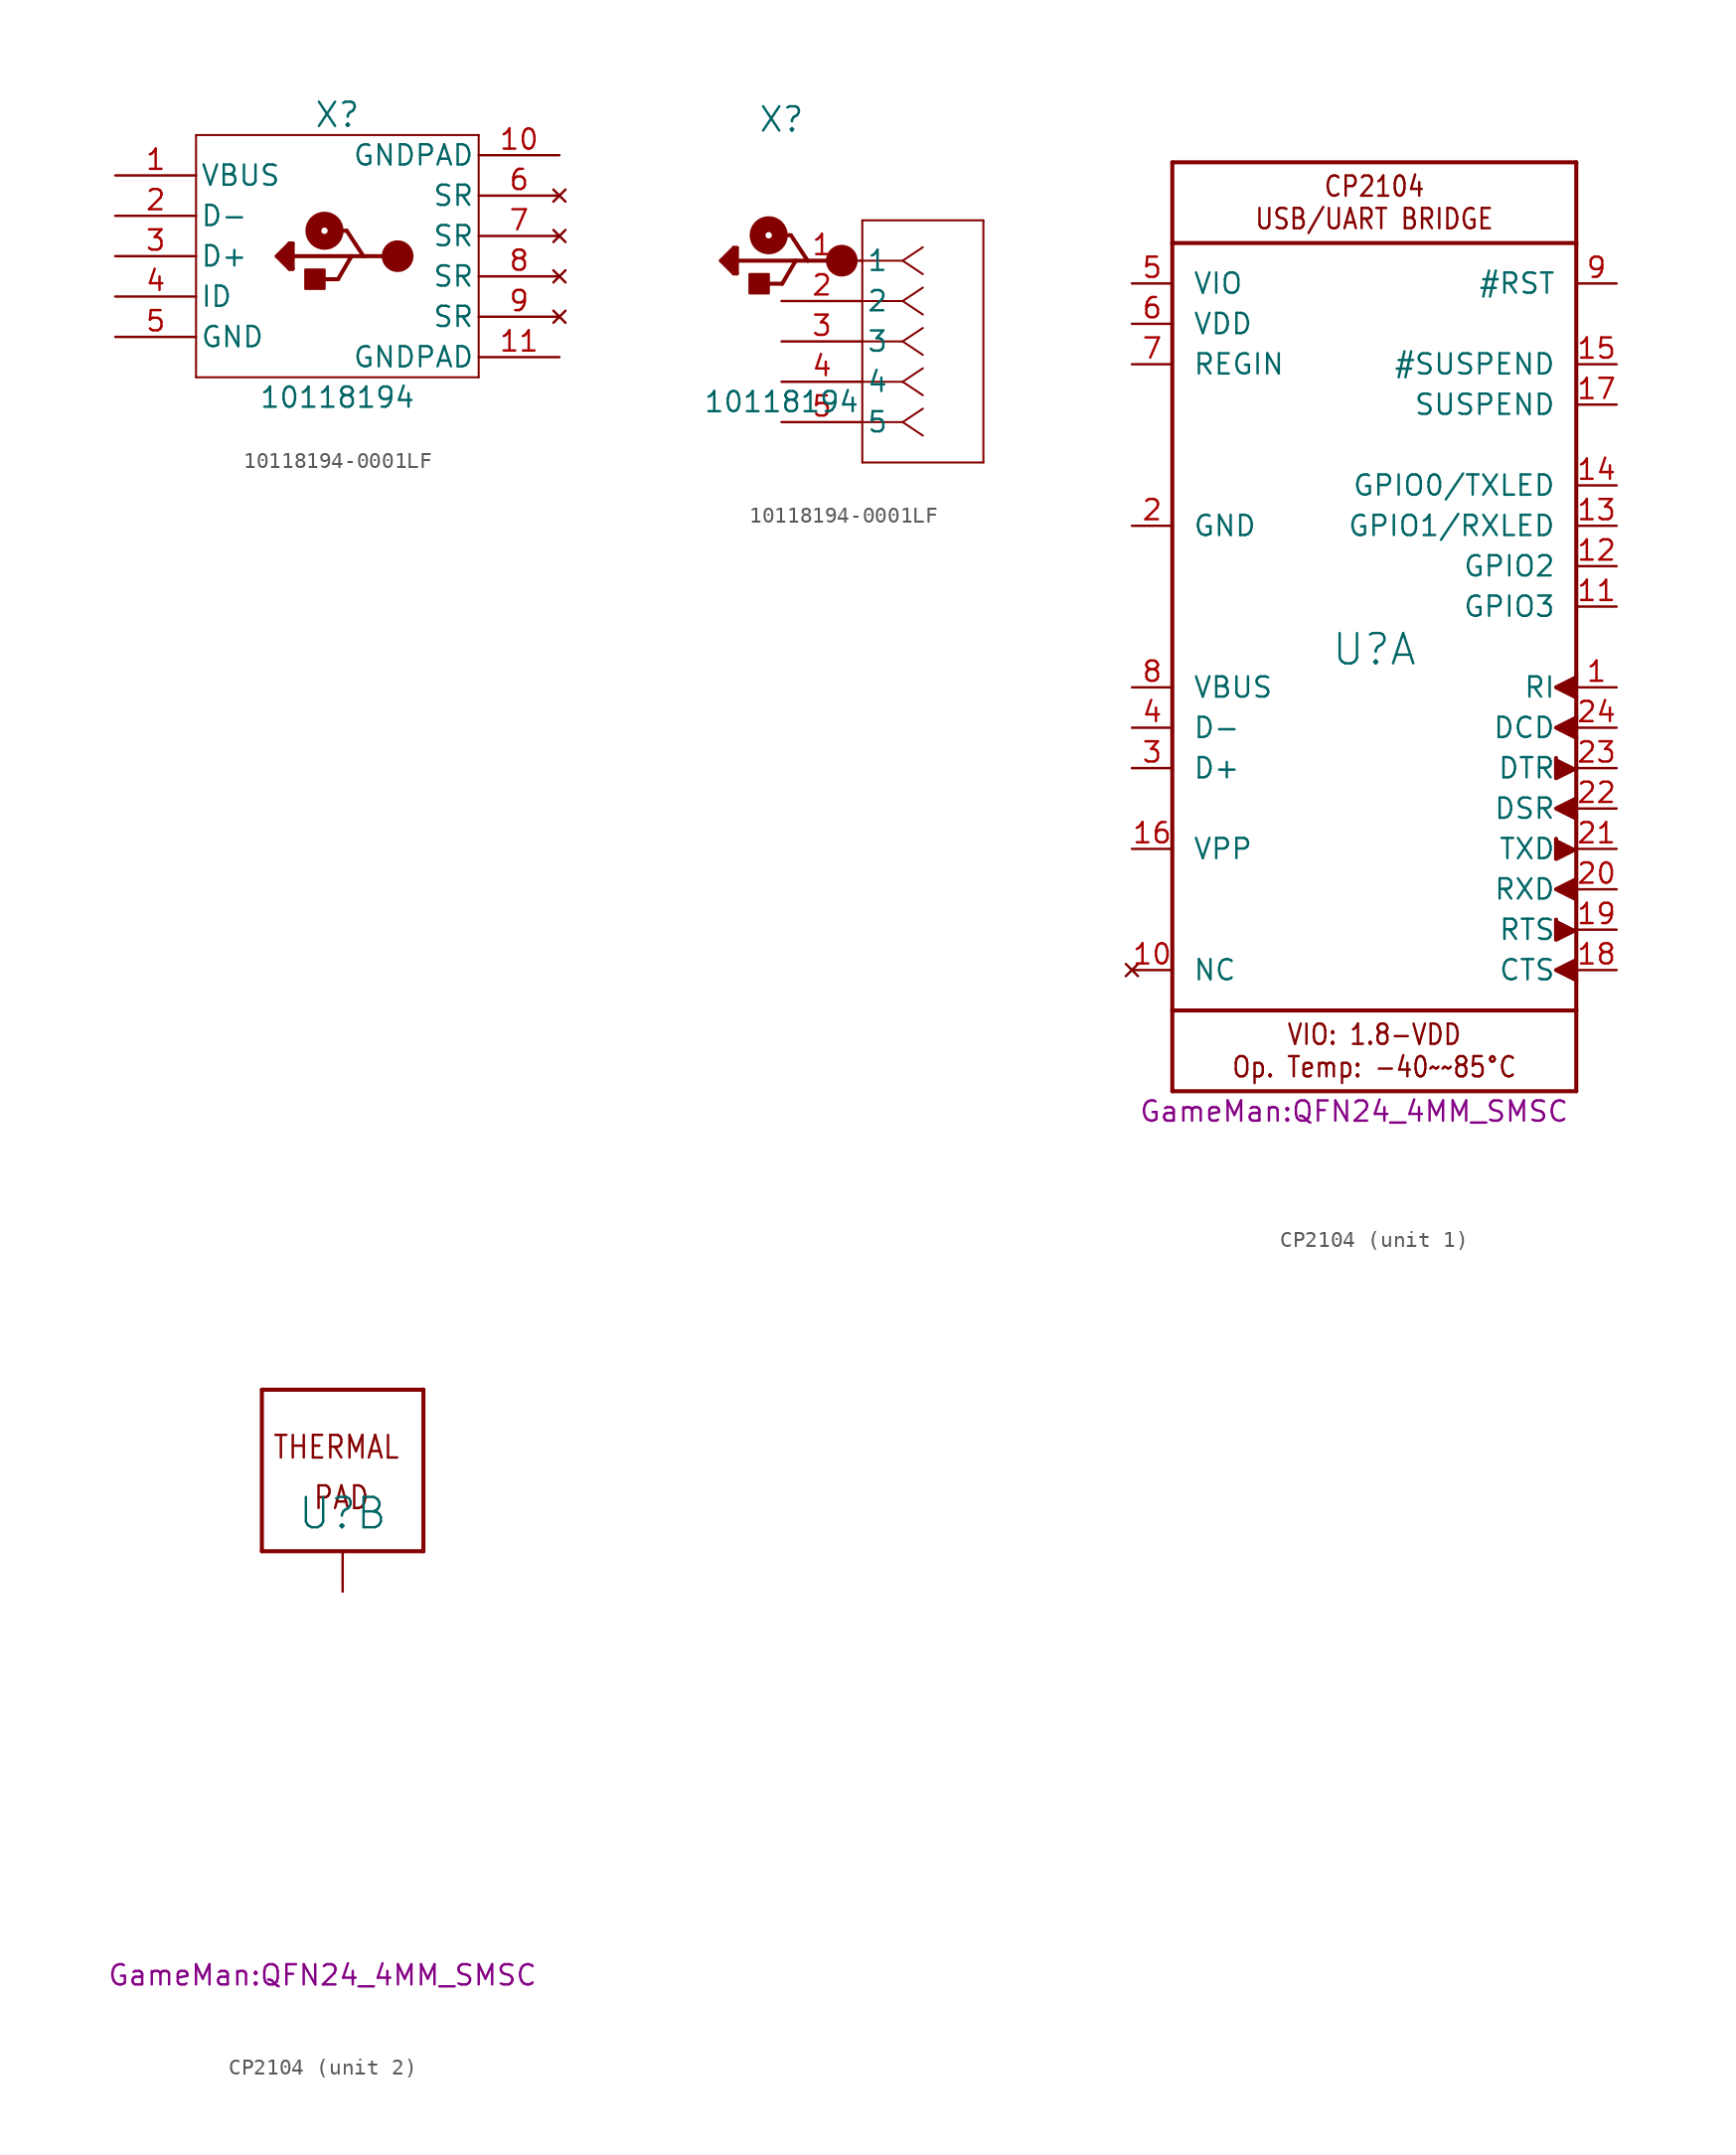
<source format=kicad_sym>
(kicad_symbol_lib
  (version 20220914)
  (generator kicad_symbol_editor)
  (symbol "10118194-0001LF"
    (pin_names
      (offset 0.254))
    (property "Reference" "X"
      (at 0 8.89 0)
      (effects (font (size 1.524 1.524))))
    (property "Value" "10118194"
      (at 0 -8.89 0)
      (effects (font (size 1.27 1.27))))
    (symbol "10118194-0001LF_1_0"
      (rectangle (start -2.01 -2.05) (end -0.81 -0.85) (stroke (width 0) (type default)) (fill (type outline)))
      (circle (center -0.81 1.6) (radius 0.2) (stroke (width 1) (type solid)) (fill (type none)))
      (polyline (pts (xy -3.81 0) (xy -3.01 0.8)) (stroke (width 0.254) (type solid)) (fill (type none)))
      (polyline (pts (xy -3.41 -0.2) (xy -3.21 -0.4)) (stroke (width 0.254) (type solid)) (fill (type none)))
      (polyline (pts (xy -3.41 0) (xy -3.41 -0.2)) (stroke (width 0.254) (type solid)) (fill (type none)))
      (polyline (pts (xy -3.21 -0.4) (xy -3.21 0.4)) (stroke (width 0.254) (type solid)) (fill (type none)))
      (polyline (pts (xy -3.21 0.4) (xy -3.61 0)) (stroke (width 0.254) (type solid)) (fill (type none)))
      (polyline (pts (xy -3.01 -0.8) (xy -3.81 0)) (stroke (width 0.254) (type solid)) (fill (type none)))
      (polyline (pts (xy -3.01 -0.6) (xy -3.01 0.8)) (stroke (width 0.254) (type solid)) (fill (type none)))
      (polyline (pts (xy -3.01 0.8) (xy -2.81 0.8)) (stroke (width 0.254) (type solid)) (fill (type none)))
      (polyline (pts (xy -2.81 -0.8) (xy -3.01 -0.8)) (stroke (width 0.254) (type solid)) (fill (type none)))
      (polyline (pts (xy -2.81 0) (xy -2.81 -0.8)) (stroke (width 0.254) (type solid)) (fill (type none)))
      (polyline (pts (xy -2.81 0.8) (xy -2.81 0)) (stroke (width 0.254) (type solid)) (fill (type none)))
      (polyline (pts (xy -1.16 -1.45) (xy 0.04 -1.45)) (stroke (width 0.254) (type solid)) (fill (type none)))
      (polyline (pts (xy -0.41 1.6) (xy 0.59 1.6)) (stroke (width 0.254) (type solid)) (fill (type none)))
      (polyline (pts (xy 0.04 -1.45) (xy 0.89 0)) (stroke (width 0.254) (type solid)) (fill (type none)))
      (polyline (pts (xy 0.59 1.6) (xy 1.64 0)) (stroke (width 0.254) (type solid)) (fill (type none)))
      (polyline (pts (xy 0.89 0) (xy -2.81 0)) (stroke (width 0.254) (type solid)) (fill (type none)))
      (polyline (pts (xy 1.64 0) (xy 0.89 0)) (stroke (width 0.254) (type solid)) (fill (type none)))
      (polyline (pts (xy 3.79 0) (xy 1.64 0)) (stroke (width 0.254) (type solid)) (fill (type none)))
      (circle (center 3.79 0) (radius 0.5) (stroke (width 1) (type solid)) (fill (type none))))
    (symbol "10118194-0001LF_1_1"
      (polyline (pts (xy -8.89 -7.62) (xy 8.89 -7.62)) (stroke (width 0.127) (type default)) (fill (type none)))
      (polyline (pts (xy -8.89 7.62) (xy -8.89 -7.62)) (stroke (width 0.127) (type default)) (fill (type none)))
      (polyline (pts (xy 8.89 -7.62) (xy 8.89 7.62)) (stroke (width 0.127) (type default)) (fill (type none)))
      (polyline (pts (xy 8.89 7.62) (xy -8.89 7.62)) (stroke (width 0.127) (type default)) (fill (type none)))
      (pin power_in line (at -13.97 5.08 0) (length 5.08) (name "VBUS" (effects (font (size 1.27 1.27)))) (number "1" (effects (font (size 1.27 1.27)))))
      (pin passive line (at 13.97 6.35 180) (length 5.08) (name "GNDPAD" (effects (font (size 1.27 1.27)))) (number "10" (effects (font (size 1.27 1.27)))))
      (pin passive line (at 13.97 -6.35 180) (length 5.08) (name "GNDPAD" (effects (font (size 1.27 1.27)))) (number "11" (effects (font (size 1.27 1.27)))))
      (pin bidirectional line (at -13.97 2.54 0) (length 5.08) (name "D-" (effects (font (size 1.27 1.27)))) (number "2" (effects (font (size 1.27 1.27)))))
      (pin bidirectional line (at -13.97 0 0) (length 5.08) (name "D+" (effects (font (size 1.27 1.27)))) (number "3" (effects (font (size 1.27 1.27)))))
      (pin bidirectional line (at -13.97 -2.54 0) (length 5.08) (name "ID" (effects (font (size 1.27 1.27)))) (number "4" (effects (font (size 1.27 1.27)))))
      (pin power_in line (at -13.97 -5.08 0) (length 5.08) (name "GND" (effects (font (size 1.27 1.27)))) (number "5" (effects (font (size 1.27 1.27)))))
      (pin no_connect line (at 13.97 3.81 180) (length 5.08) (name "SR" (effects (font (size 1.27 1.27)))) (number "6" (effects (font (size 1.27 1.27)))))
      (pin no_connect line (at 13.97 1.27 180) (length 5.08) (name "SR" (effects (font (size 1.27 1.27)))) (number "7" (effects (font (size 1.27 1.27)))))
      (pin no_connect line (at 13.97 -1.27 180) (length 5.08) (name "SR" (effects (font (size 1.27 1.27)))) (number "8" (effects (font (size 1.27 1.27)))))
      (pin no_connect line (at 13.97 -3.81 180) (length 5.08) (name "SR" (effects (font (size 1.27 1.27)))) (number "9" (effects (font (size 1.27 1.27))))))
    (symbol "10118194-0001LF_1_2"
      (polyline (pts (xy 5.08 -12.7) (xy 12.7 -12.7)) (stroke (width 0.127) (type default)) (fill (type none)))
      (polyline (pts (xy 5.08 2.54) (xy 5.08 -12.7)) (stroke (width 0.127) (type default)) (fill (type none)))
      (polyline (pts (xy 7.62 -10.16) (xy 5.08 -10.16)) (stroke (width 0.127) (type default)) (fill (type none)))
      (polyline (pts (xy 7.62 -10.16) (xy 8.89 -11.007)) (stroke (width 0.127) (type default)) (fill (type none)))
      (polyline (pts (xy 7.62 -10.16) (xy 8.89 -9.313)) (stroke (width 0.127) (type default)) (fill (type none)))
      (polyline (pts (xy 7.62 -7.62) (xy 5.08 -7.62)) (stroke (width 0.127) (type default)) (fill (type none)))
      (polyline (pts (xy 7.62 -7.62) (xy 8.89 -8.467)) (stroke (width 0.127) (type default)) (fill (type none)))
      (polyline (pts (xy 7.62 -7.62) (xy 8.89 -6.773)) (stroke (width 0.127) (type default)) (fill (type none)))
      (polyline (pts (xy 7.62 -5.08) (xy 5.08 -5.08)) (stroke (width 0.127) (type default)) (fill (type none)))
      (polyline (pts (xy 7.62 -5.08) (xy 8.89 -5.927)) (stroke (width 0.127) (type default)) (fill (type none)))
      (polyline (pts (xy 7.62 -5.08) (xy 8.89 -4.233)) (stroke (width 0.127) (type default)) (fill (type none)))
      (polyline (pts (xy 7.62 -2.54) (xy 5.08 -2.54)) (stroke (width 0.127) (type default)) (fill (type none)))
      (polyline (pts (xy 7.62 -2.54) (xy 8.89 -3.387)) (stroke (width 0.127) (type default)) (fill (type none)))
      (polyline (pts (xy 7.62 -2.54) (xy 8.89 -1.693)) (stroke (width 0.127) (type default)) (fill (type none)))
      (polyline (pts (xy 7.62 0) (xy 5.08 0)) (stroke (width 0.127) (type default)) (fill (type none)))
      (polyline (pts (xy 7.62 0) (xy 8.89 -0.847)) (stroke (width 0.127) (type default)) (fill (type none)))
      (polyline (pts (xy 7.62 0) (xy 8.89 0.847)) (stroke (width 0.127) (type default)) (fill (type none)))
      (polyline (pts (xy 12.7 -12.7) (xy 12.7 2.54)) (stroke (width 0.127) (type default)) (fill (type none)))
      (polyline (pts (xy 12.7 2.54) (xy 5.08 2.54)) (stroke (width 0.127) (type default)) (fill (type none)))
      (pin unspecified line (at 0 0 0) (length 5.08) (name "1" (effects (font (size 1.27 1.27)))) (number "1" (effects (font (size 1.27 1.27)))))
      (pin unspecified line (at 0 -2.54 0) (length 5.08) (name "2" (effects (font (size 1.27 1.27)))) (number "2" (effects (font (size 1.27 1.27)))))
      (pin unspecified line (at 0 -5.08 0) (length 5.08) (name "3" (effects (font (size 1.27 1.27)))) (number "3" (effects (font (size 1.27 1.27)))))
      (pin unspecified line (at 0 -7.62 0) (length 5.08) (name "4" (effects (font (size 1.27 1.27)))) (number "4" (effects (font (size 1.27 1.27)))))
      (pin unspecified line (at 0 -10.16 0) (length 5.08) (name "5" (effects (font (size 1.27 1.27)))) (number "5" (effects (font (size 1.27 1.27)))))))
  (symbol "CP2104"
    (pin_names
      (offset 1.27))
    (property "Reference" "U"
      (at 0 -3.81 0)
      (effects (font (size 1.905 1.905)) (justify bottom)))
    (property "Footprint" "GameMan:QFN24_4MM_SMSC"
      (at -1.27 -31.75 0)
      (effects (font (size 1.27 1.27))))
    (property "ki_locked" ""
      (at 0 0 0)
      (effects (font (size 1.27 1.27))))
    (symbol "CP2104_1_0"
      (polyline (pts (xy -12.7 -30.48) (xy 12.7 -30.48)) (stroke (width 0.254) (type solid)) (fill (type none)))
      (polyline (pts (xy -12.7 -25.4) (xy -12.7 -30.48)) (stroke (width 0.254) (type solid)) (fill (type none)))
      (polyline (pts (xy -12.7 -25.4) (xy -12.7 22.86)) (stroke (width 0.254) (type solid)) (fill (type none)))
      (polyline (pts (xy -12.7 22.86) (xy -12.7 27.94)) (stroke (width 0.254) (type solid)) (fill (type none)))
      (polyline (pts (xy -12.7 22.86) (xy 12.7 22.86)) (stroke (width 0.254) (type solid)) (fill (type none)))
      (polyline (pts (xy -12.7 27.94) (xy 12.7 27.94)) (stroke (width 0.254) (type solid)) (fill (type none)))
      (polyline (pts (xy 12.7 -30.48) (xy 12.7 -25.4)) (stroke (width 0.254) (type solid)) (fill (type none)))
      (polyline (pts (xy 12.7 -25.4) (xy -12.7 -25.4)) (stroke (width 0.254) (type solid)) (fill (type none)))
      (polyline (pts (xy 12.7 22.86) (xy 12.7 -25.4)) (stroke (width 0.254) (type solid)) (fill (type none)))
      (polyline (pts (xy 12.7 27.94) (xy 12.7 22.86)) (stroke (width 0.254) (type solid)) (fill (type none)))
      (polyline (pts (xy 11.43 -19.685) (xy 11.43 -20.955) (xy 12.7 -20.32)) (stroke (width 0.254) (type solid)) (fill (type outline)))
      (polyline (pts (xy 11.43 -14.605) (xy 11.43 -15.875) (xy 12.7 -15.24)) (stroke (width 0.254) (type solid)) (fill (type outline)))
      (polyline (pts (xy 11.43 -9.525) (xy 11.43 -10.795) (xy 12.7 -10.16)) (stroke (width 0.254) (type solid)) (fill (type outline)))
      (polyline (pts (xy 12.7 -22.225) (xy 11.43 -22.86) (xy 12.7 -23.495)) (stroke (width 0.254) (type solid)) (fill (type outline)))
      (polyline (pts (xy 12.7 -17.145) (xy 11.43 -17.78) (xy 12.7 -18.415)) (stroke (width 0.254) (type solid)) (fill (type outline)))
      (polyline (pts (xy 12.7 -12.065) (xy 11.43 -12.7) (xy 12.7 -13.335)) (stroke (width 0.254) (type solid)) (fill (type outline)))
      (polyline (pts (xy 12.7 -6.985) (xy 11.43 -7.62) (xy 12.7 -8.255)) (stroke (width 0.254) (type solid)) (fill (type outline)))
      (polyline (pts (xy 12.7 -4.445) (xy 11.43 -5.08) (xy 12.7 -5.715)) (stroke (width 0.254) (type solid)) (fill (type outline)))
      (text "CP2104\nUSB/UART BRIDGE" (at 0 25.4 0) (effects (font (size 1.27 1.079))))
      (text "VIO: 1.8-VDD\nOp. Temp: -40~~85°C" (at 0 -27.94 0) (effects (font (size 1.27 1.079))))
      (pin input line (at 15.24 -5.08 180) (length 2.54) (name "RI" (effects (font (size 1.27 1.27)))) (number "1" (effects (font (size 1.27 1.27)))))
      (pin no_connect line (at -15.24 -22.86 0) (length 2.54) (name "NC" (effects (font (size 1.27 1.27)))) (number "10" (effects (font (size 1.27 1.27)))))
      (pin bidirectional line (at 15.24 0 180) (length 2.54) (name "GPIO3" (effects (font (size 1.27 1.27)))) (number "11" (effects (font (size 1.27 1.27)))))
      (pin bidirectional line (at 15.24 2.54 180) (length 2.54) (name "GPIO2" (effects (font (size 1.27 1.27)))) (number "12" (effects (font (size 1.27 1.27)))))
      (pin bidirectional line (at 15.24 5.08 180) (length 2.54) (name "GPIO1/RXLED" (effects (font (size 1.27 1.27)))) (number "13" (effects (font (size 1.27 1.27)))))
      (pin bidirectional line (at 15.24 7.62 180) (length 2.54) (name "GPIO0/TXLED" (effects (font (size 1.27 1.27)))) (number "14" (effects (font (size 1.27 1.27)))))
      (pin output line (at 15.24 15.24 180) (length 2.54) (name "#SUSPEND" (effects (font (size 1.27 1.27)))) (number "15" (effects (font (size 1.27 1.27)))))
      (pin bidirectional line (at -15.24 -15.24 0) (length 2.54) (name "VPP" (effects (font (size 1.27 1.27)))) (number "16" (effects (font (size 1.27 1.27)))))
      (pin output line (at 15.24 12.7 180) (length 2.54) (name "SUSPEND" (effects (font (size 1.27 1.27)))) (number "17" (effects (font (size 1.27 1.27)))))
      (pin input line (at 15.24 -22.86 180) (length 2.54) (name "CTS" (effects (font (size 1.27 1.27)))) (number "18" (effects (font (size 1.27 1.27)))))
      (pin output line (at 15.24 -20.32 180) (length 2.54) (name "RTS" (effects (font (size 1.27 1.27)))) (number "19" (effects (font (size 1.27 1.27)))))
      (pin power_in line (at -15.24 5.08 0) (length 2.54) (name "GND" (effects (font (size 1.27 1.27)))) (number "2" (effects (font (size 1.27 1.27)))))
      (pin input line (at 15.24 -17.78 180) (length 2.54) (name "RXD" (effects (font (size 1.27 1.27)))) (number "20" (effects (font (size 1.27 1.27)))))
      (pin output line (at 15.24 -15.24 180) (length 2.54) (name "TXD" (effects (font (size 1.27 1.27)))) (number "21" (effects (font (size 1.27 1.27)))))
      (pin input line (at 15.24 -12.7 180) (length 2.54) (name "DSR" (effects (font (size 1.27 1.27)))) (number "22" (effects (font (size 1.27 1.27)))))
      (pin output line (at 15.24 -10.16 180) (length 2.54) (name "DTR" (effects (font (size 1.27 1.27)))) (number "23" (effects (font (size 1.27 1.27)))))
      (pin input line (at 15.24 -7.62 180) (length 2.54) (name "DCD" (effects (font (size 1.27 1.27)))) (number "24" (effects (font (size 1.27 1.27)))))
      (pin bidirectional line (at -15.24 -10.16 0) (length 2.54) (name "D+" (effects (font (size 1.27 1.27)))) (number "3" (effects (font (size 1.27 1.27)))))
      (pin bidirectional line (at -15.24 -7.62 0) (length 2.54) (name "D-" (effects (font (size 1.27 1.27)))) (number "4" (effects (font (size 1.27 1.27)))))
      (pin power_in line (at -15.24 20.32 0) (length 2.54) (name "VIO" (effects (font (size 1.27 1.27)))) (number "5" (effects (font (size 1.27 1.27)))))
      (pin power_in line (at -15.24 17.78 0) (length 2.54) (name "VDD" (effects (font (size 1.27 1.27)))) (number "6" (effects (font (size 1.27 1.27)))))
      (pin power_in line (at -15.24 15.24 0) (length 2.54) (name "REGIN" (effects (font (size 1.27 1.27)))) (number "7" (effects (font (size 1.27 1.27)))))
      (pin power_in line (at -15.24 -5.08 0) (length 2.54) (name "VBUS" (effects (font (size 1.27 1.27)))) (number "8" (effects (font (size 1.27 1.27)))))
      (pin bidirectional line (at 15.24 20.32 180) (length 2.54) (name "#RST" (effects (font (size 1.27 1.27)))) (number "9" (effects (font (size 1.27 1.27))))))
    (symbol "CP2104_2_0"
      (polyline (pts (xy -5.08 -5.08) (xy -5.08 5.08)) (stroke (width 0.254) (type solid)) (fill (type none)))
      (polyline (pts (xy -5.08 5.08) (xy 5.08 5.08)) (stroke (width 0.254) (type solid)) (fill (type none)))
      (polyline (pts (xy 5.08 -5.08) (xy -5.08 -5.08)) (stroke (width 0.254) (type solid)) (fill (type none)))
      (polyline (pts (xy 5.08 5.08) (xy 5.08 -5.08)) (stroke (width 0.254) (type solid)) (fill (type none)))
      (text "PAD" (at -1.905 -2.54 0) (effects (font (size 1.422 1.209)) (justify left bottom)))
      (text "THERMAL" (at -4.445 0.635 0) (effects (font (size 1.422 1.209)) (justify left bottom)))
      (pin power_in line (at 0 -7.62 90) (length 2.54) (name "TP" (effects (font (size 0 0)))) (number "THERM" (effects (font (size 0 0))))))))
</source>
